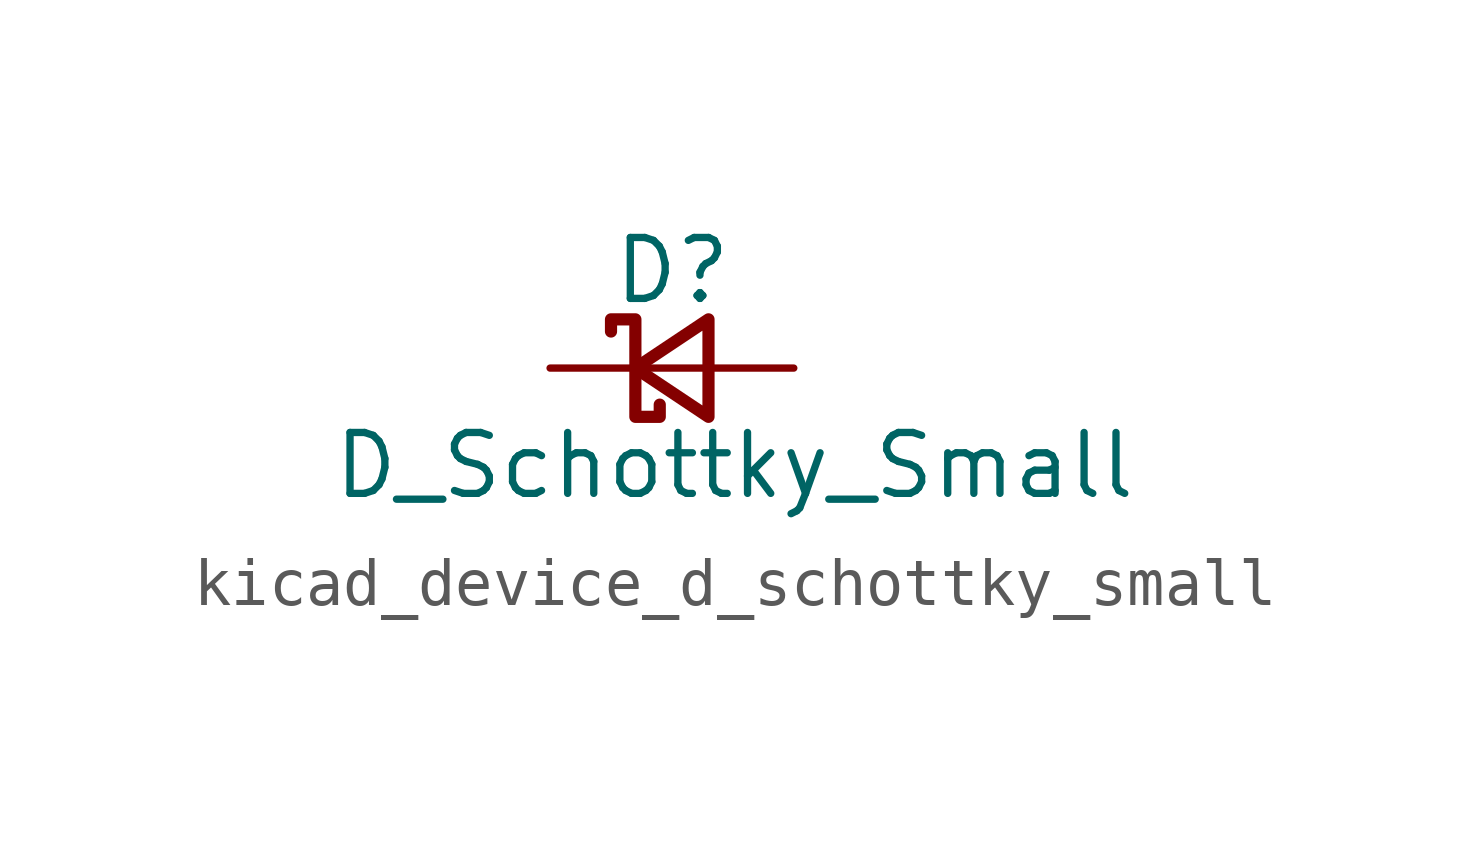
<source format=kicad_sym>
(kicad_symbol_lib
  (version 20220914)
  (generator kicad_symbol_editor)
  (symbol "kicad_device_d_schottky_small"
    (pin_numbers hide)
    (pin_names
      (offset 0.254) hide)
    (property "Reference" "D"
      (at -1.27 2.032 0)
      (effects (font (size 1.27 1.27)) (justify left)))
    (property "Value" "D_Schottky_Small"
      (at -7.112 -2.032 0)
      (effects (font (size 1.27 1.27)) (justify left)))
    (symbol "kicad_device_d_schottky_small_0_1"
      (polyline (pts (xy -0.762 0) (xy 0.762 0)) (stroke (width 0) (type default)) (fill (type none)))
      (polyline (pts (xy 0.762 -1.016) (xy -0.762 0) (xy 0.762 1.016) (xy 0.762 -1.016)) (stroke (width 0.254) (type default)) (fill (type none)))
      (polyline (pts (xy -1.27 0.762) (xy -1.27 1.016) (xy -0.762 1.016) (xy -0.762 -1.016) (xy -0.254 -1.016) (xy -0.254 -0.762)) (stroke (width 0.254) (type default)) (fill (type none))))
    (symbol "kicad_device_d_schottky_small_1_1"
      (pin passive line (at -2.54 0 0) (length 1.778) (name "K" (effects (font (size 1.27 1.27)))) (number "1" (effects (font (size 1.27 1.27)))))
      (pin passive line (at 2.54 0 180) (length 1.778) (name "A" (effects (font (size 1.27 1.27)))) (number "2" (effects (font (size 1.27 1.27))))))))
</source>
